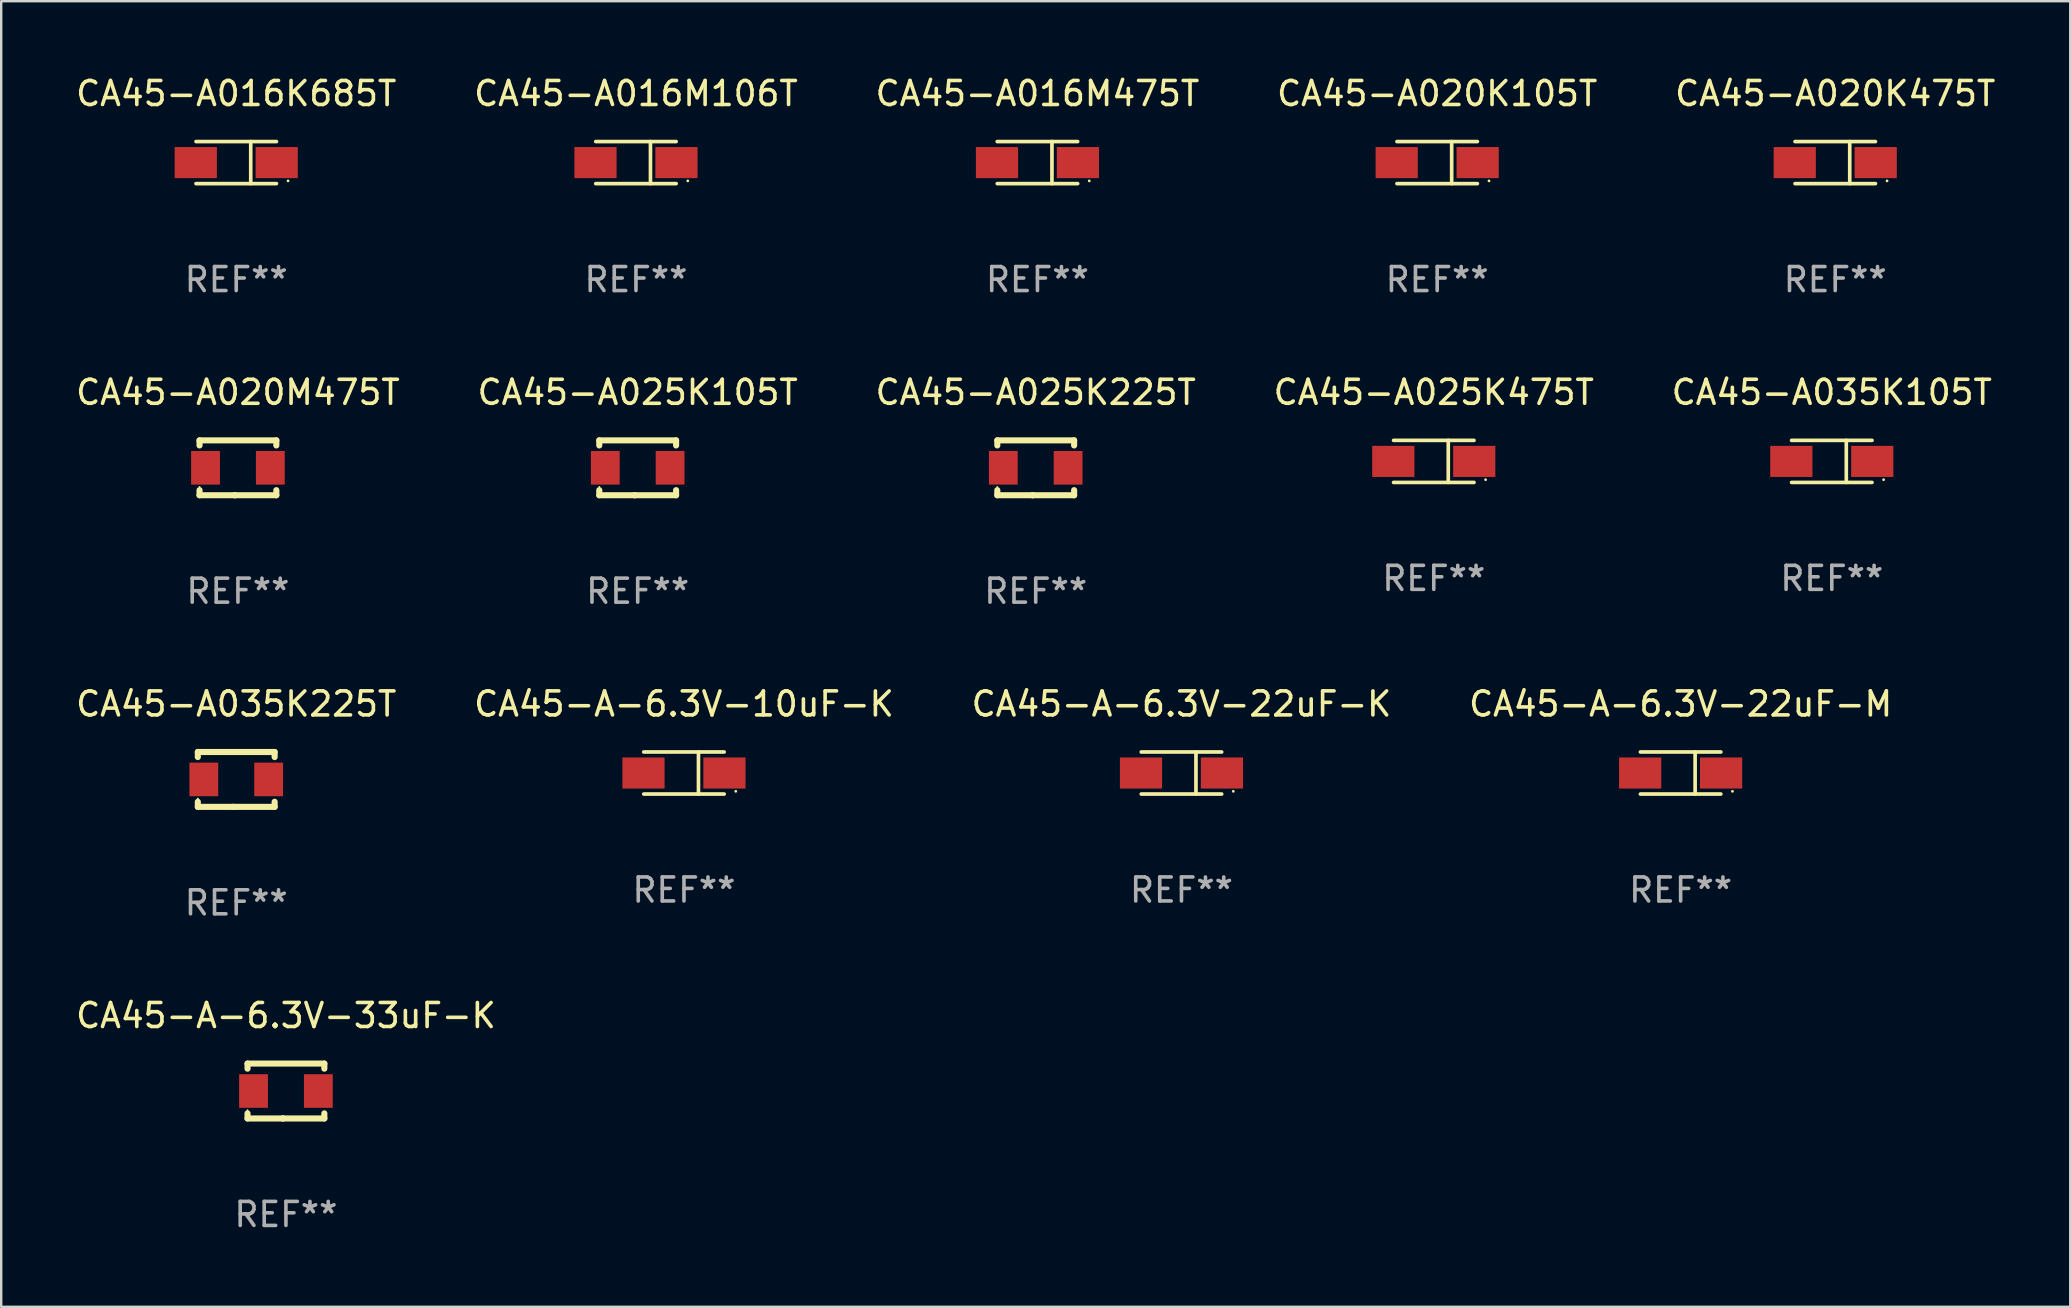
<source format=kicad_pcb>
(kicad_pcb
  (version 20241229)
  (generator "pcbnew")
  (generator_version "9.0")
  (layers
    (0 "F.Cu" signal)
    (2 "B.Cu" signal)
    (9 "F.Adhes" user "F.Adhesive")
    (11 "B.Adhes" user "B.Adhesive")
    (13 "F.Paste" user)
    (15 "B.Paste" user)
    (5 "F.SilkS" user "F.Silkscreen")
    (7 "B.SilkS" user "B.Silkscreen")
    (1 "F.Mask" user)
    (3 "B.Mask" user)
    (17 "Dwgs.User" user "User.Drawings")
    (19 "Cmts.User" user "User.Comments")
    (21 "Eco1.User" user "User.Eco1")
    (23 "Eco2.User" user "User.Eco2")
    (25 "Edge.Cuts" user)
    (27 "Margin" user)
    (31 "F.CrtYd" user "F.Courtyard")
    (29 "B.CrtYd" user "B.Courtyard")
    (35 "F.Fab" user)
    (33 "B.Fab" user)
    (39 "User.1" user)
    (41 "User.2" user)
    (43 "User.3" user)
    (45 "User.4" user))
  (footprint "CA45-A-6.3V-22uF-M"
    (layer "F.Cu")
    (at 66.97 29.156)
    (property "Reference" "CA45-A-6.3V-22uF-M" (at 0 -2.876 0) (layer "F.SilkS") (effects (font (size 1 1) (thickness 0.15))))
    (attr through_hole)
    (fp_line (start -1.676 -0.876) (end 1.676 -0.876) (stroke (width 0.152) (type solid)) (layer "F.SilkS"))
    (fp_line (start -1.676 0.876) (end 1.676 0.876) (stroke (width 0.152) (type solid)) (layer "F.SilkS"))
    (fp_line (start 0.604 -0.876) (end 0.604 0.876) (stroke (width 0.152) (type solid)) (layer "F.SilkS"))
    (fp_circle (center 2.159 0.762) (end 2.189 0.762) (stroke (width 0.06) (type solid)) (fill no) (layer "F.SilkS"))
    (fp_text user "REF**" (at 0 4.876 0) (layer "F.Fab") (effects (font (size 1 1) (thickness 0.15))))
    (pad "1" smd rect (at 1.686 0) (size 1.758 1.296) (layers "F.Cu" "F.Mask" "F.Paste"))
    (pad "2" smd rect (at -1.686 0) (size 1.758 1.296) (layers "F.Cu" "F.Mask" "F.Paste")))
  (footprint "CA45-A025K105T"
    (layer "F.Cu")
    (at 23.518 16.44)
    (property "Reference" "CA45-A025K105T" (at 0 -3.143 0) (layer "F.SilkS") (effects (font (size 1 1) (thickness 0.15))))
    (attr through_hole)
    (fp_line (start -1.6 1.143) (end -0.128 1.143) (stroke (width 0.254) (type solid)) (layer "F.SilkS"))
    (fp_line (start -1.6 -1.143) (end -1.6 -0.931) (stroke (width 0.254) (type solid)) (layer "F.SilkS"))
    (fp_line (start -1.6 -1.143) (end 1.6 -1.143) (stroke (width 0.254) (type solid)) (layer "F.SilkS"))
    (fp_line (start -1.6 0.931) (end -1.6 1.143) (stroke (width 0.254) (type solid)) (layer "F.SilkS"))
    (fp_line (start -0.128 1.143) (end -0.128 1.143) (stroke (width 0.254) (type solid)) (layer "F.SilkS"))
    (fp_line (start -0.128 1.143) (end 1.6 1.143) (stroke (width 0.254) (type solid)) (layer "F.SilkS"))
    (fp_line (start 1.6 -1.143) (end 1.6 -0.931) (stroke (width 0.254) (type solid)) (layer "F.SilkS"))
    (fp_line (start 1.6 0.931) (end 1.6 1.143) (stroke (width 0.254) (type solid)) (layer "F.SilkS"))
    (fp_circle (center -1.6 0.8) (end -1.58 0.8) (stroke (width 0.04) (type solid)) (fill no) (layer "F.SilkS"))
    (fp_text user "REF**" (at 0 5.143 0) (layer "F.Fab") (effects (font (size 1 1) (thickness 0.15))))
    (pad "1" smd rect (at -1.35 0) (size 1.2 1.4) (layers "F.Cu" "F.Mask" "F.Paste"))
    (pad "2" smd rect (at 1.35 0) (size 1.2 1.4) (layers "F.Cu" "F.Mask" "F.Paste")))
  (footprint "CA45-A020K475T"
    (layer "F.Cu")
    (at 73.411 3.724)
    (property "Reference" "CA45-A020K475T" (at 0 -2.876 0) (layer "F.SilkS") (effects (font (size 1 1) (thickness 0.15))))
    (attr through_hole)
    (fp_line (start -1.676 -0.876) (end 1.676 -0.876) (stroke (width 0.152) (type solid)) (layer "F.SilkS"))
    (fp_line (start -1.676 0.876) (end 1.676 0.876) (stroke (width 0.152) (type solid)) (layer "F.SilkS"))
    (fp_line (start 0.604 -0.876) (end 0.604 0.876) (stroke (width 0.152) (type solid)) (layer "F.SilkS"))
    (fp_circle (center 2.159 0.762) (end 2.189 0.762) (stroke (width 0.06) (type solid)) (fill no) (layer "F.SilkS"))
    (fp_text user "REF**" (at 0 4.876 0) (layer "F.Fab") (effects (font (size 1 1) (thickness 0.15))))
    (pad "1" smd rect (at 1.686 0) (size 1.758 1.296) (layers "F.Cu" "F.Mask" "F.Paste"))
    (pad "2" smd rect (at -1.686 0) (size 1.758 1.296) (layers "F.Cu" "F.Mask" "F.Paste")))
  (footprint "CA45-A020M475T"
    (layer "F.Cu")
    (at 6.863 16.44)
    (property "Reference" "CA45-A020M475T" (at 0 -3.143 0) (layer "F.SilkS") (effects (font (size 1 1) (thickness 0.15))))
    (attr through_hole)
    (fp_line (start -1.6 1.143) (end -0.128 1.143) (stroke (width 0.254) (type solid)) (layer "F.SilkS"))
    (fp_line (start -1.6 -1.143) (end -1.6 -0.931) (stroke (width 0.254) (type solid)) (layer "F.SilkS"))
    (fp_line (start -1.6 -1.143) (end 1.6 -1.143) (stroke (width 0.254) (type solid)) (layer "F.SilkS"))
    (fp_line (start -1.6 0.931) (end -1.6 1.143) (stroke (width 0.254) (type solid)) (layer "F.SilkS"))
    (fp_line (start -0.128 1.143) (end -0.128 1.143) (stroke (width 0.254) (type solid)) (layer "F.SilkS"))
    (fp_line (start -0.128 1.143) (end 1.6 1.143) (stroke (width 0.254) (type solid)) (layer "F.SilkS"))
    (fp_line (start 1.6 -1.143) (end 1.6 -0.931) (stroke (width 0.254) (type solid)) (layer "F.SilkS"))
    (fp_line (start 1.6 0.931) (end 1.6 1.143) (stroke (width 0.254) (type solid)) (layer "F.SilkS"))
    (fp_circle (center -1.6 0.8) (end -1.58 0.8) (stroke (width 0.04) (type solid)) (fill no) (layer "F.SilkS"))
    (fp_text user "REF**" (at 0 5.143 0) (layer "F.Fab") (effects (font (size 1 1) (thickness 0.15))))
    (pad "1" smd rect (at -1.35 0) (size 1.2 1.4) (layers "F.Cu" "F.Mask" "F.Paste"))
    (pad "2" smd rect (at 1.35 0) (size 1.2 1.4) (layers "F.Cu" "F.Mask" "F.Paste")))
  (footprint "CA45-A-6.3V-10uF-K"
    (layer "F.Cu")
    (at 25.446 29.156)
    (property "Reference" "CA45-A-6.3V-10uF-K" (at 0 -2.876 0) (layer "F.SilkS") (effects (font (size 1 1) (thickness 0.15))))
    (attr through_hole)
    (fp_line (start -1.676 -0.876) (end 1.676 -0.876) (stroke (width 0.152) (type solid)) (layer "F.SilkS"))
    (fp_line (start -1.676 0.876) (end 1.676 0.876) (stroke (width 0.152) (type solid)) (layer "F.SilkS"))
    (fp_line (start 0.604 -0.876) (end 0.604 0.876) (stroke (width 0.152) (type solid)) (layer "F.SilkS"))
    (fp_circle (center 2.159 0.762) (end 2.189 0.762) (stroke (width 0.06) (type solid)) (fill no) (layer "F.SilkS"))
    (fp_text user "REF**" (at 0 4.876 0) (layer "F.Fab") (effects (font (size 1 1) (thickness 0.15))))
    (pad "1" smd rect (at 1.686 0) (size 1.758 1.296) (layers "F.Cu" "F.Mask" "F.Paste"))
    (pad "2" smd rect (at -1.686 0) (size 1.758 1.296) (layers "F.Cu" "F.Mask" "F.Paste")))
  (footprint "CA45-A-6.3V-33uF-K"
    (layer "F.Cu")
    (at 8.863 42.405)
    (property "Reference" "CA45-A-6.3V-33uF-K" (at 0 -3.143 0) (layer "F.SilkS") (effects (font (size 1 1) (thickness 0.15))))
    (attr through_hole)
    (fp_line (start -1.6 1.143) (end -0.128 1.143) (stroke (width 0.254) (type solid)) (layer "F.SilkS"))
    (fp_line (start -1.6 -1.143) (end -1.6 -0.931) (stroke (width 0.254) (type solid)) (layer "F.SilkS"))
    (fp_line (start -1.6 -1.143) (end 1.6 -1.143) (stroke (width 0.254) (type solid)) (layer "F.SilkS"))
    (fp_line (start -1.6 0.931) (end -1.6 1.143) (stroke (width 0.254) (type solid)) (layer "F.SilkS"))
    (fp_line (start -0.128 1.143) (end -0.128 1.143) (stroke (width 0.254) (type solid)) (layer "F.SilkS"))
    (fp_line (start -0.128 1.143) (end 1.6 1.143) (stroke (width 0.254) (type solid)) (layer "F.SilkS"))
    (fp_line (start 1.6 -1.143) (end 1.6 -0.931) (stroke (width 0.254) (type solid)) (layer "F.SilkS"))
    (fp_line (start 1.6 0.931) (end 1.6 1.143) (stroke (width 0.254) (type solid)) (layer "F.SilkS"))
    (fp_circle (center -1.6 0.8) (end -1.58 0.8) (stroke (width 0.04) (type solid)) (fill no) (layer "F.SilkS"))
    (fp_text user "REF**" (at 0 5.143 0) (layer "F.Fab") (effects (font (size 1 1) (thickness 0.15))))
    (pad "1" smd rect (at -1.35 0) (size 1.2 1.4) (layers "F.Cu" "F.Mask" "F.Paste"))
    (pad "2" smd rect (at 1.35 0) (size 1.2 1.4) (layers "F.Cu" "F.Mask" "F.Paste")))
  (footprint "CA45-A025K225T"
    (layer "F.Cu")
    (at 40.101 16.44)
    (property "Reference" "CA45-A025K225T" (at 0 -3.143 0) (layer "F.SilkS") (effects (font (size 1 1) (thickness 0.15))))
    (attr through_hole)
    (fp_line (start -1.6 1.143) (end -0.128 1.143) (stroke (width 0.254) (type solid)) (layer "F.SilkS"))
    (fp_line (start -1.6 -1.143) (end -1.6 -0.931) (stroke (width 0.254) (type solid)) (layer "F.SilkS"))
    (fp_line (start -1.6 -1.143) (end 1.6 -1.143) (stroke (width 0.254) (type solid)) (layer "F.SilkS"))
    (fp_line (start -1.6 0.931) (end -1.6 1.143) (stroke (width 0.254) (type solid)) (layer "F.SilkS"))
    (fp_line (start -0.128 1.143) (end -0.128 1.143) (stroke (width 0.254) (type solid)) (layer "F.SilkS"))
    (fp_line (start -0.128 1.143) (end 1.6 1.143) (stroke (width 0.254) (type solid)) (layer "F.SilkS"))
    (fp_line (start 1.6 -1.143) (end 1.6 -0.931) (stroke (width 0.254) (type solid)) (layer "F.SilkS"))
    (fp_line (start 1.6 0.931) (end 1.6 1.143) (stroke (width 0.254) (type solid)) (layer "F.SilkS"))
    (fp_circle (center -1.6 0.8) (end -1.58 0.8) (stroke (width 0.04) (type solid)) (fill no) (layer "F.SilkS"))
    (fp_text user "REF**" (at 0 5.143 0) (layer "F.Fab") (effects (font (size 1 1) (thickness 0.15))))
    (pad "1" smd rect (at -1.35 0) (size 1.2 1.4) (layers "F.Cu" "F.Mask" "F.Paste"))
    (pad "2" smd rect (at 1.35 0) (size 1.2 1.4) (layers "F.Cu" "F.Mask" "F.Paste")))
  (footprint "CA45-A035K225T"
    (layer "F.Cu")
    (at 6.792 29.423)
    (property "Reference" "CA45-A035K225T" (at 0 -3.143 0) (layer "F.SilkS") (effects (font (size 1 1) (thickness 0.15))))
    (attr through_hole)
    (fp_line (start -1.6 1.143) (end -0.128 1.143) (stroke (width 0.254) (type solid)) (layer "F.SilkS"))
    (fp_line (start -1.6 -1.143) (end -1.6 -0.931) (stroke (width 0.254) (type solid)) (layer "F.SilkS"))
    (fp_line (start -1.6 -1.143) (end 1.6 -1.143) (stroke (width 0.254) (type solid)) (layer "F.SilkS"))
    (fp_line (start -1.6 0.931) (end -1.6 1.143) (stroke (width 0.254) (type solid)) (layer "F.SilkS"))
    (fp_line (start -0.128 1.143) (end -0.128 1.143) (stroke (width 0.254) (type solid)) (layer "F.SilkS"))
    (fp_line (start -0.128 1.143) (end 1.6 1.143) (stroke (width 0.254) (type solid)) (layer "F.SilkS"))
    (fp_line (start 1.6 -1.143) (end 1.6 -0.931) (stroke (width 0.254) (type solid)) (layer "F.SilkS"))
    (fp_line (start 1.6 0.931) (end 1.6 1.143) (stroke (width 0.254) (type solid)) (layer "F.SilkS"))
    (fp_circle (center -1.6 0.8) (end -1.58 0.8) (stroke (width 0.04) (type solid)) (fill no) (layer "F.SilkS"))
    (fp_text user "REF**" (at 0 5.143 0) (layer "F.Fab") (effects (font (size 1 1) (thickness 0.15))))
    (pad "1" smd rect (at -1.35 0) (size 1.2 1.4) (layers "F.Cu" "F.Mask" "F.Paste"))
    (pad "2" smd rect (at 1.35 0) (size 1.2 1.4) (layers "F.Cu" "F.Mask" "F.Paste")))
  (footprint "CA45-A016M475T"
    (layer "F.Cu")
    (at 40.173 3.724)
    (property "Reference" "CA45-A016M475T" (at 0 -2.876 0) (layer "F.SilkS") (effects (font (size 1 1) (thickness 0.15))))
    (attr through_hole)
    (fp_line (start -1.676 -0.876) (end 1.676 -0.876) (stroke (width 0.152) (type solid)) (layer "F.SilkS"))
    (fp_line (start -1.676 0.876) (end 1.676 0.876) (stroke (width 0.152) (type solid)) (layer "F.SilkS"))
    (fp_line (start 0.604 -0.876) (end 0.604 0.876) (stroke (width 0.152) (type solid)) (layer "F.SilkS"))
    (fp_circle (center 2.159 0.762) (end 2.189 0.762) (stroke (width 0.06) (type solid)) (fill no) (layer "F.SilkS"))
    (fp_text user "REF**" (at 0 4.876 0) (layer "F.Fab") (effects (font (size 1 1) (thickness 0.15))))
    (pad "1" smd rect (at 1.686 0) (size 1.758 1.296) (layers "F.Cu" "F.Mask" "F.Paste"))
    (pad "2" smd rect (at -1.686 0) (size 1.758 1.296) (layers "F.Cu" "F.Mask" "F.Paste")))
  (footprint "CA45-A035K105T"
    (layer "F.Cu")
    (at 73.268 16.173)
    (property "Reference" "CA45-A035K105T" (at 0 -2.876 0) (layer "F.SilkS") (effects (font (size 1 1) (thickness 0.15))))
    (attr through_hole)
    (fp_line (start -1.676 -0.876) (end 1.676 -0.876) (stroke (width 0.152) (type solid)) (layer "F.SilkS"))
    (fp_line (start -1.676 0.876) (end 1.676 0.876) (stroke (width 0.152) (type solid)) (layer "F.SilkS"))
    (fp_line (start 0.604 -0.876) (end 0.604 0.876) (stroke (width 0.152) (type solid)) (layer "F.SilkS"))
    (fp_circle (center 2.159 0.762) (end 2.189 0.762) (stroke (width 0.06) (type solid)) (fill no) (layer "F.SilkS"))
    (fp_text user "REF**" (at 0 4.876 0) (layer "F.Fab") (effects (font (size 1 1) (thickness 0.15))))
    (pad "1" smd rect (at 1.686 0) (size 1.758 1.296) (layers "F.Cu" "F.Mask" "F.Paste"))
    (pad "2" smd rect (at -1.686 0) (size 1.758 1.296) (layers "F.Cu" "F.Mask" "F.Paste")))
  (footprint "CA45-A016K685T"
    (layer "F.Cu")
    (at 6.792 3.724)
    (property "Reference" "CA45-A016K685T" (at 0 -2.876 0) (layer "F.SilkS") (effects (font (size 1 1) (thickness 0.15))))
    (attr through_hole)
    (fp_line (start -1.676 -0.876) (end 1.676 -0.876) (stroke (width 0.152) (type solid)) (layer "F.SilkS"))
    (fp_line (start -1.676 0.876) (end 1.676 0.876) (stroke (width 0.152) (type solid)) (layer "F.SilkS"))
    (fp_line (start 0.604 -0.876) (end 0.604 0.876) (stroke (width 0.152) (type solid)) (layer "F.SilkS"))
    (fp_circle (center 2.159 0.762) (end 2.189 0.762) (stroke (width 0.06) (type solid)) (fill no) (layer "F.SilkS"))
    (fp_text user "REF**" (at 0 4.876 0) (layer "F.Fab") (effects (font (size 1 1) (thickness 0.15))))
    (pad "1" smd rect (at 1.686 0) (size 1.758 1.296) (layers "F.Cu" "F.Mask" "F.Paste"))
    (pad "2" smd rect (at -1.686 0) (size 1.758 1.296) (layers "F.Cu" "F.Mask" "F.Paste")))
  (footprint "CA45-A025K475T"
    (layer "F.Cu")
    (at 56.685 16.173)
    (property "Reference" "CA45-A025K475T" (at 0 -2.876 0) (layer "F.SilkS") (effects (font (size 1 1) (thickness 0.15))))
    (attr through_hole)
    (fp_line (start -1.676 -0.876) (end 1.676 -0.876) (stroke (width 0.152) (type solid)) (layer "F.SilkS"))
    (fp_line (start -1.676 0.876) (end 1.676 0.876) (stroke (width 0.152) (type solid)) (layer "F.SilkS"))
    (fp_line (start 0.604 -0.876) (end 0.604 0.876) (stroke (width 0.152) (type solid)) (layer "F.SilkS"))
    (fp_circle (center 2.159 0.762) (end 2.189 0.762) (stroke (width 0.06) (type solid)) (fill no) (layer "F.SilkS"))
    (fp_text user "REF**" (at 0 4.876 0) (layer "F.Fab") (effects (font (size 1 1) (thickness 0.15))))
    (pad "1" smd rect (at 1.686 0) (size 1.758 1.296) (layers "F.Cu" "F.Mask" "F.Paste"))
    (pad "2" smd rect (at -1.686 0) (size 1.758 1.296) (layers "F.Cu" "F.Mask" "F.Paste")))
  (footprint "CA45-A-6.3V-22uF-K"
    (layer "F.Cu")
    (at 46.173 29.156)
    (property "Reference" "CA45-A-6.3V-22uF-K" (at 0 -2.876 0) (layer "F.SilkS") (effects (font (size 1 1) (thickness 0.15))))
    (attr through_hole)
    (fp_line (start -1.676 -0.876) (end 1.676 -0.876) (stroke (width 0.152) (type solid)) (layer "F.SilkS"))
    (fp_line (start -1.676 0.876) (end 1.676 0.876) (stroke (width 0.152) (type solid)) (layer "F.SilkS"))
    (fp_line (start 0.604 -0.876) (end 0.604 0.876) (stroke (width 0.152) (type solid)) (layer "F.SilkS"))
    (fp_circle (center 2.159 0.762) (end 2.189 0.762) (stroke (width 0.06) (type solid)) (fill no) (layer "F.SilkS"))
    (fp_text user "REF**" (at 0 4.876 0) (layer "F.Fab") (effects (font (size 1 1) (thickness 0.15))))
    (pad "1" smd rect (at 1.686 0) (size 1.758 1.296) (layers "F.Cu" "F.Mask" "F.Paste"))
    (pad "2" smd rect (at -1.686 0) (size 1.758 1.296) (layers "F.Cu" "F.Mask" "F.Paste")))
  (footprint "CA45-A016M106T"
    (layer "F.Cu")
    (at 23.446 3.724)
    (property "Reference" "CA45-A016M106T" (at 0 -2.876 0) (layer "F.SilkS") (effects (font (size 1 1) (thickness 0.15))))
    (attr through_hole)
    (fp_line (start -1.676 -0.876) (end 1.676 -0.876) (stroke (width 0.152) (type solid)) (layer "F.SilkS"))
    (fp_line (start -1.676 0.876) (end 1.676 0.876) (stroke (width 0.152) (type solid)) (layer "F.SilkS"))
    (fp_line (start 0.604 -0.876) (end 0.604 0.876) (stroke (width 0.152) (type solid)) (layer "F.SilkS"))
    (fp_circle (center 2.159 0.762) (end 2.189 0.762) (stroke (width 0.06) (type solid)) (fill no) (layer "F.SilkS"))
    (fp_text user "REF**" (at 0 4.876 0) (layer "F.Fab") (effects (font (size 1 1) (thickness 0.15))))
    (pad "1" smd rect (at 1.686 0) (size 1.758 1.296) (layers "F.Cu" "F.Mask" "F.Paste"))
    (pad "2" smd rect (at -1.686 0) (size 1.758 1.296) (layers "F.Cu" "F.Mask" "F.Paste")))
  (footprint "CA45-A020K105T"
    (layer "F.Cu")
    (at 56.827 3.724)
    (property "Reference" "CA45-A020K105T" (at 0 -2.876 0) (layer "F.SilkS") (effects (font (size 1 1) (thickness 0.15))))
    (attr through_hole)
    (fp_line (start -1.676 -0.876) (end 1.676 -0.876) (stroke (width 0.152) (type solid)) (layer "F.SilkS"))
    (fp_line (start -1.676 0.876) (end 1.676 0.876) (stroke (width 0.152) (type solid)) (layer "F.SilkS"))
    (fp_line (start 0.604 -0.876) (end 0.604 0.876) (stroke (width 0.152) (type solid)) (layer "F.SilkS"))
    (fp_circle (center 2.159 0.762) (end 2.189 0.762) (stroke (width 0.06) (type solid)) (fill no) (layer "F.SilkS"))
    (fp_text user "REF**" (at 0 4.876 0) (layer "F.Fab") (effects (font (size 1 1) (thickness 0.15))))
    (pad "1" smd rect (at 1.686 0) (size 1.758 1.296) (layers "F.Cu" "F.Mask" "F.Paste"))
    (pad "2" smd rect (at -1.686 0) (size 1.758 1.296) (layers "F.Cu" "F.Mask" "F.Paste")))
  (gr_rect
    (start -3 -3)
    (end 83.202 51.396)
    (stroke (width 0.1) (type default))
    (fill no)
    (layer "Edge.Cuts")))
</source>
